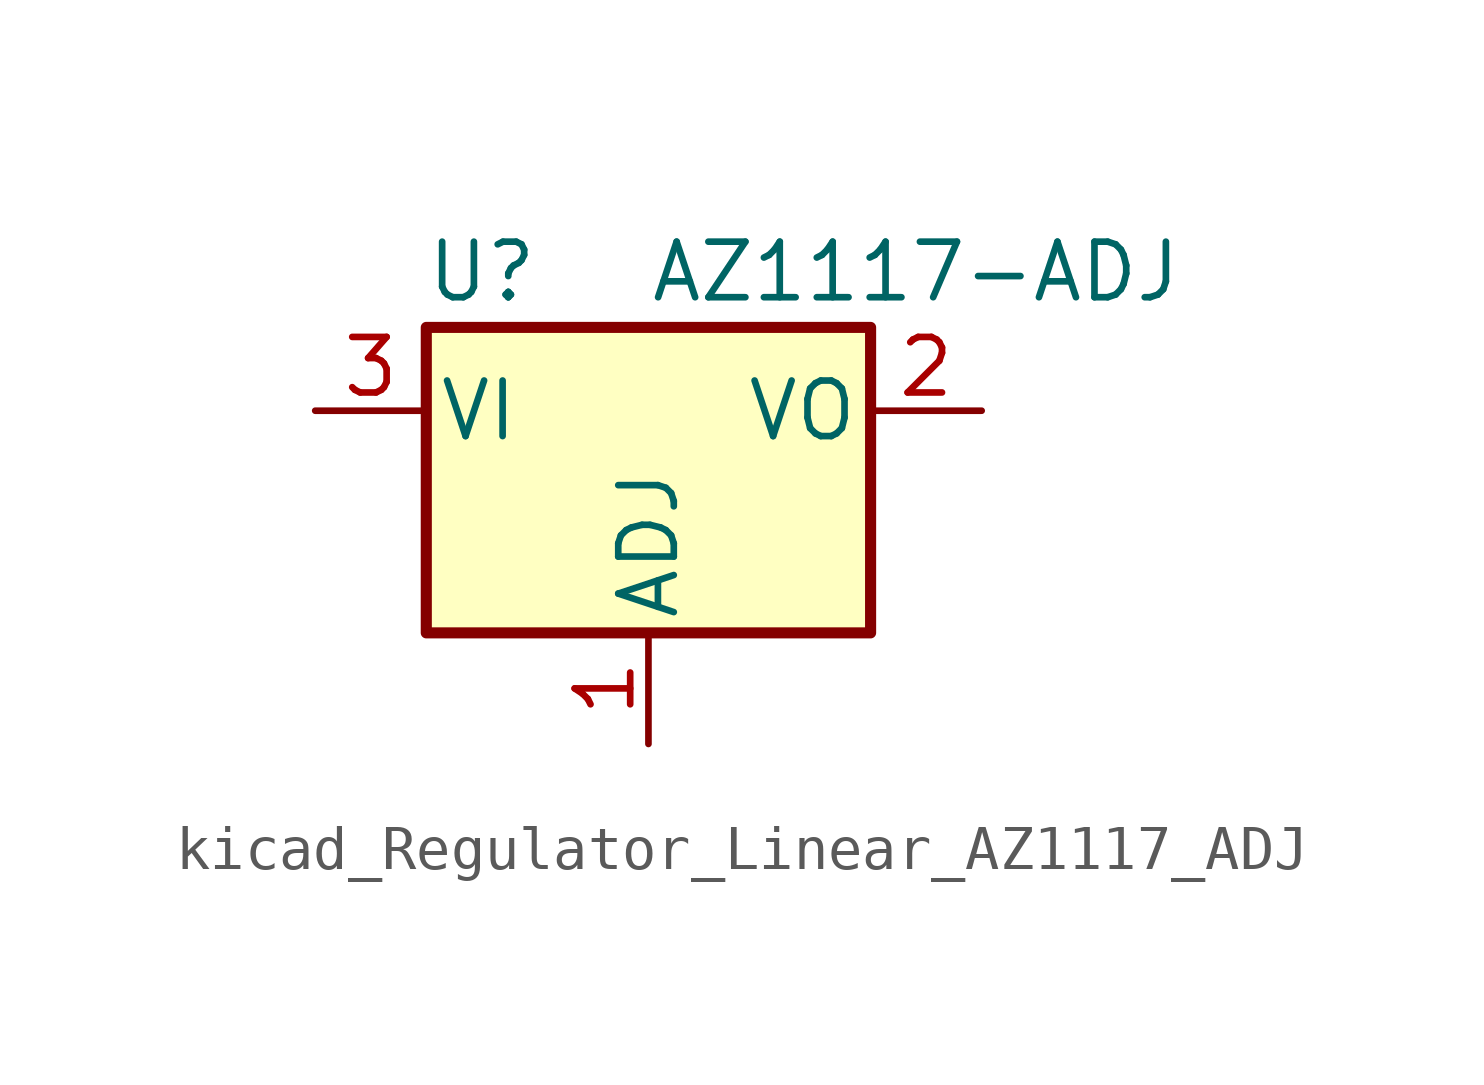
<source format=kicad_sym>
(kicad_symbol_lib
  (version 20220914)
  (generator kicad_symbol_editor)
  (symbol "kicad_Regulator_Linear_AZ1117_ADJ"
    (pin_names
      (offset 0.254))
    (property "Reference" "U"
      (at -3.81 3.175 0)
      (effects (font (size 1.27 1.27))))
    (property "Value" "AZ1117-ADJ"
      (at 0 3.175 0)
      (effects (font (size 1.27 1.27)) (justify left)))
    (symbol "kicad_Regulator_Linear_AZ1117_ADJ_0_1"
      (rectangle (start -5.08 1.905) (end 5.08 -5.08) (stroke (width 0.254) (type default)) (fill (type background))))
    (symbol "kicad_Regulator_Linear_AZ1117_ADJ_1_1"
      (pin input line (at 0 -7.62 90) (length 2.54) (name "ADJ" (effects (font (size 1.27 1.27)))) (number "1" (effects (font (size 1.27 1.27)))))
      (pin power_out line (at 7.62 0 180) (length 2.54) (name "VO" (effects (font (size 1.27 1.27)))) (number "2" (effects (font (size 1.27 1.27)))))
      (pin power_in line (at -7.62 0 0) (length 2.54) (name "VI" (effects (font (size 1.27 1.27)))) (number "3" (effects (font (size 1.27 1.27))))))))
</source>
